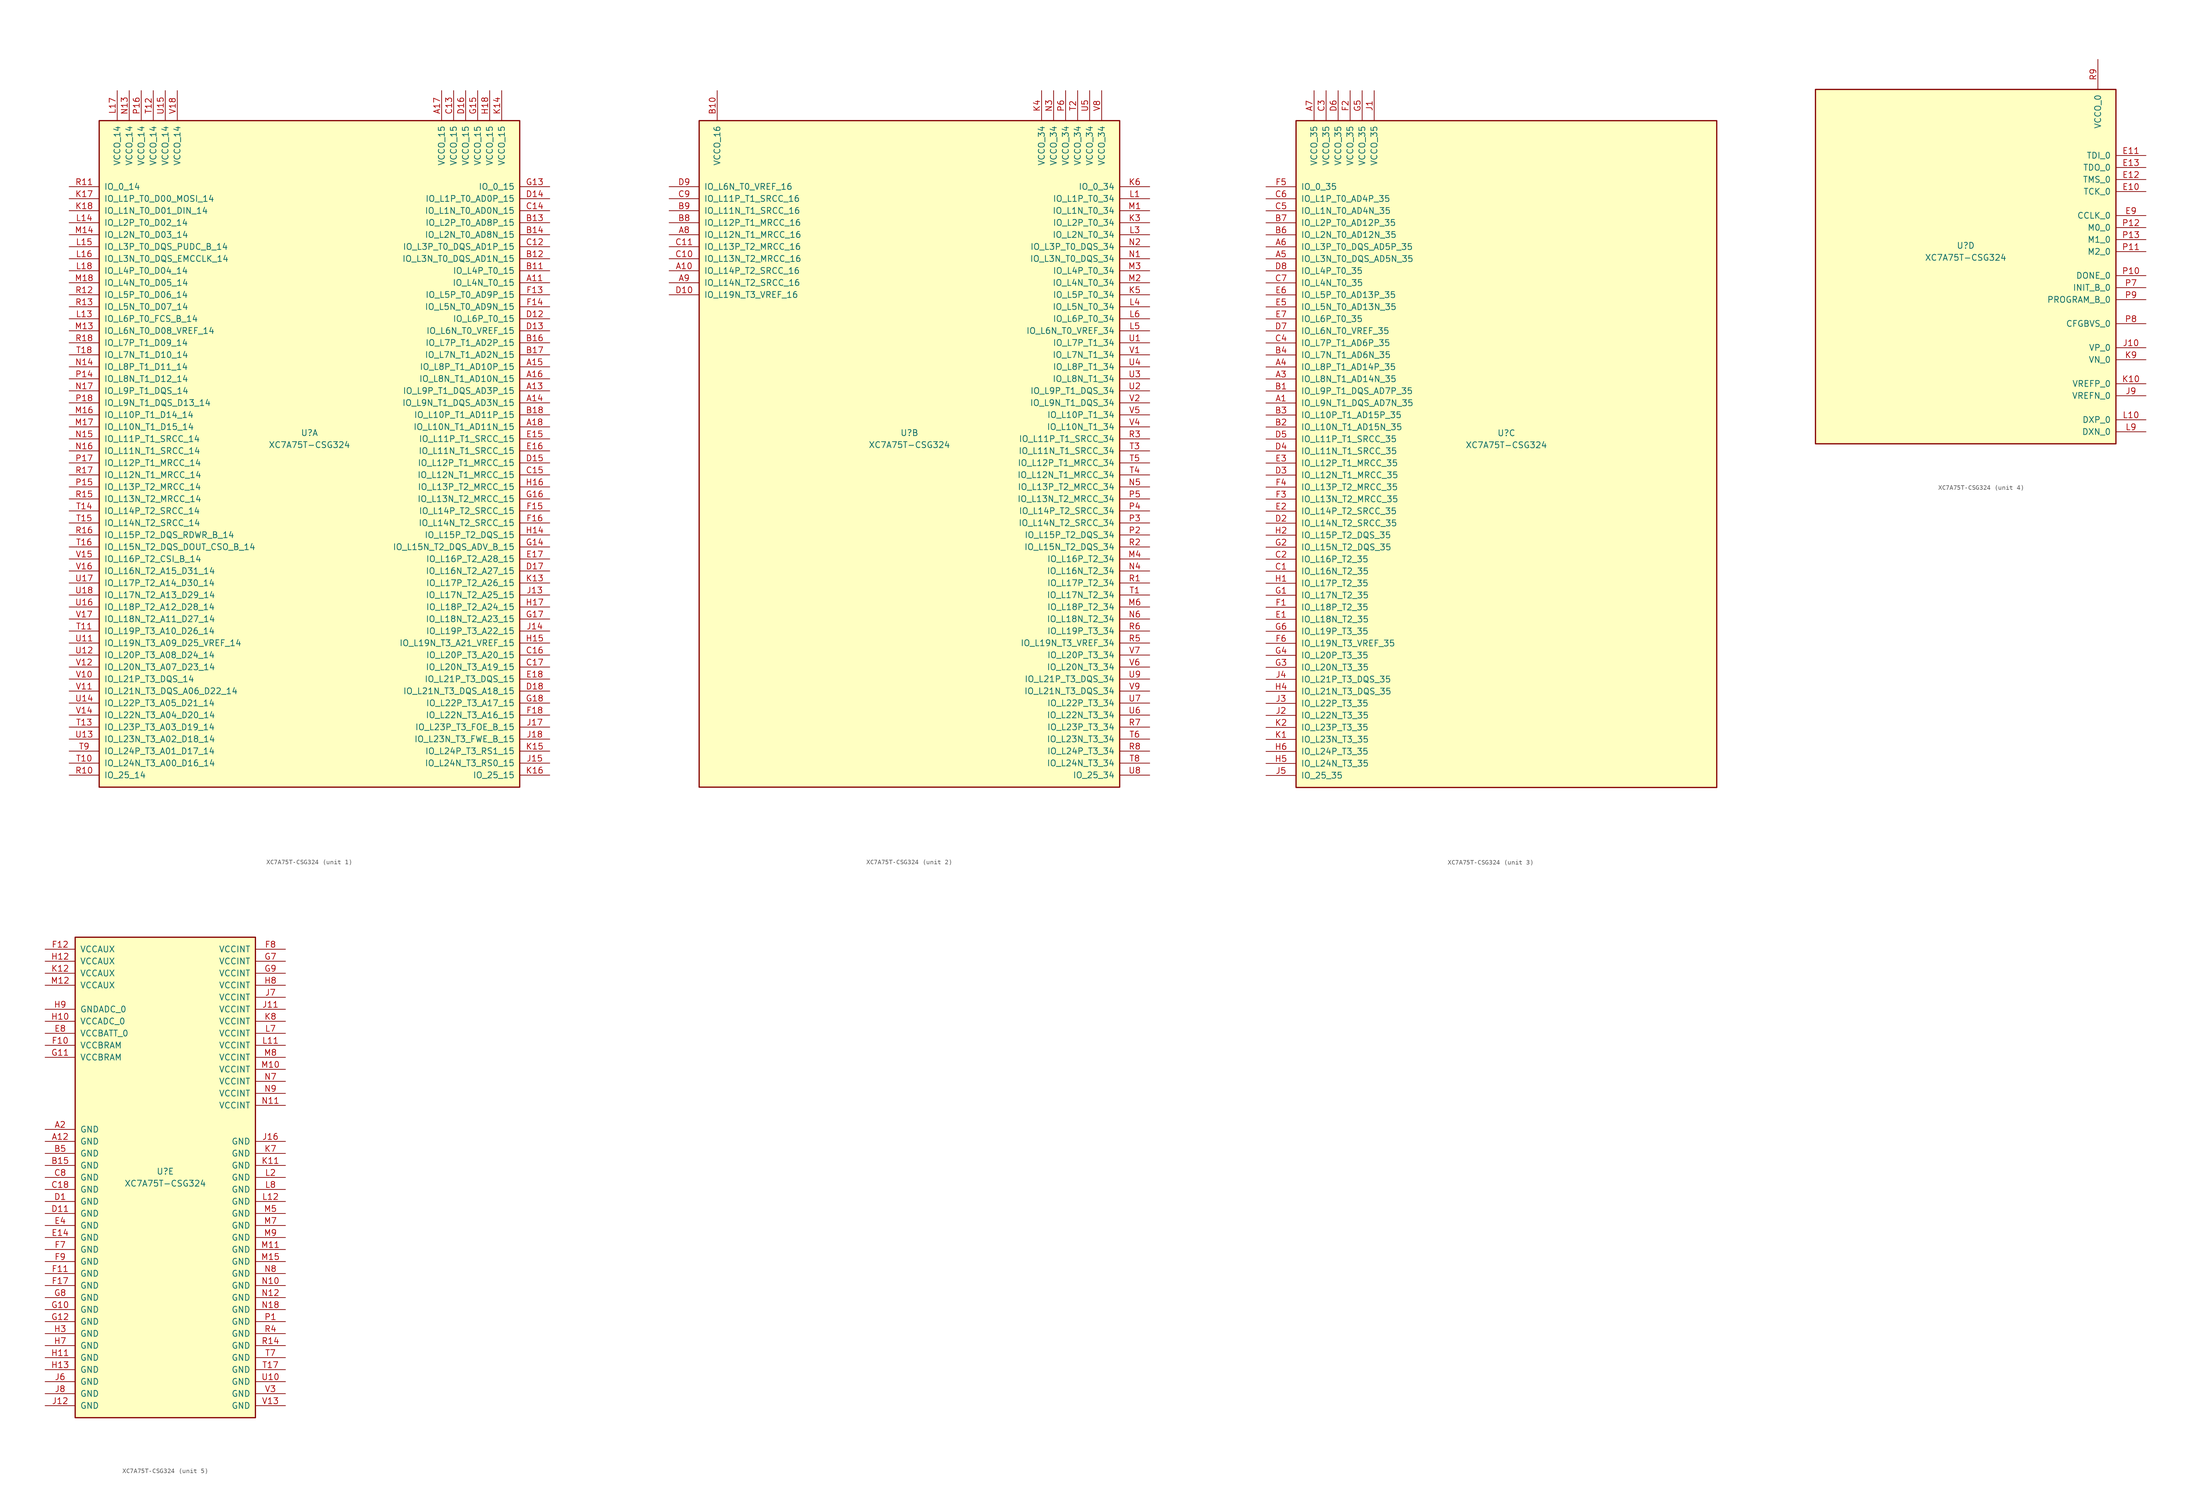
<source format=kicad_sym>
(kicad_symbol_lib
  (version 20201005)
  (generator kicad_symbol_editor)
  (symbol "XC7A75T-CSG324"
    (pin_names
      (offset 1.016))
    (property "Reference" "U"
      (at 0 1.27 0)
      (effects (font (size 1.27 1.27))))
    (property "Value" "XC7A75T-CSG324"
      (at 0 -1.27 0)
      (effects (font (size 1.27 1.27))))
    (property "Datasheet" ""
      (at 0 0 0)
      (effects (font (size 1.27 1.27))))
    (property "ki_locked" ""
      (at 0 0 0)
      (effects (font (size 1.27 1.27))))
    (symbol "XC7A75T-CSG324_1_1"
      (rectangle (start -44.45 67.31) (end 44.45 -73.66) (stroke (width 0.254)) (fill (type background)))
      (pin bidirectional line (at 50.8 33.02 180) (length 6.35) (name "IO_L4N_T0_15" (effects (font (size 1.27 1.27)))) (number "A11" (effects (font (size 1.27 1.27)))))
      (pin bidirectional line (at 50.8 10.16 180) (length 6.35) (name "IO_L9P_T1_DQS_AD3P_15" (effects (font (size 1.27 1.27)))) (number "A13" (effects (font (size 1.27 1.27)))))
      (pin bidirectional line (at 50.8 7.62 180) (length 6.35) (name "IO_L9N_T1_DQS_AD3N_15" (effects (font (size 1.27 1.27)))) (number "A14" (effects (font (size 1.27 1.27)))))
      (pin bidirectional line (at 50.8 15.24 180) (length 6.35) (name "IO_L8P_T1_AD10P_15" (effects (font (size 1.27 1.27)))) (number "A15" (effects (font (size 1.27 1.27)))))
      (pin bidirectional line (at 50.8 12.7 180) (length 6.35) (name "IO_L8N_T1_AD10N_15" (effects (font (size 1.27 1.27)))) (number "A16" (effects (font (size 1.27 1.27)))))
      (pin power_in line (at 27.94 73.66 270) (length 6.35) (name "VCCO_15" (effects (font (size 1.27 1.27)))) (number "A17" (effects (font (size 1.27 1.27)))))
      (pin bidirectional line (at 50.8 2.54 180) (length 6.35) (name "IO_L10N_T1_AD11N_15" (effects (font (size 1.27 1.27)))) (number "A18" (effects (font (size 1.27 1.27)))))
      (pin bidirectional line (at 50.8 35.56 180) (length 6.35) (name "IO_L4P_T0_15" (effects (font (size 1.27 1.27)))) (number "B11" (effects (font (size 1.27 1.27)))))
      (pin bidirectional line (at 50.8 38.1 180) (length 6.35) (name "IO_L3N_T0_DQS_AD1N_15" (effects (font (size 1.27 1.27)))) (number "B12" (effects (font (size 1.27 1.27)))))
      (pin bidirectional line (at 50.8 45.72 180) (length 6.35) (name "IO_L2P_T0_AD8P_15" (effects (font (size 1.27 1.27)))) (number "B13" (effects (font (size 1.27 1.27)))))
      (pin bidirectional line (at 50.8 43.18 180) (length 6.35) (name "IO_L2N_T0_AD8N_15" (effects (font (size 1.27 1.27)))) (number "B14" (effects (font (size 1.27 1.27)))))
      (pin bidirectional line (at 50.8 20.32 180) (length 6.35) (name "IO_L7P_T1_AD2P_15" (effects (font (size 1.27 1.27)))) (number "B16" (effects (font (size 1.27 1.27)))))
      (pin bidirectional line (at 50.8 17.78 180) (length 6.35) (name "IO_L7N_T1_AD2N_15" (effects (font (size 1.27 1.27)))) (number "B17" (effects (font (size 1.27 1.27)))))
      (pin bidirectional line (at 50.8 5.08 180) (length 6.35) (name "IO_L10P_T1_AD11P_15" (effects (font (size 1.27 1.27)))) (number "B18" (effects (font (size 1.27 1.27)))))
      (pin bidirectional line (at 50.8 40.64 180) (length 6.35) (name "IO_L3P_T0_DQS_AD1P_15" (effects (font (size 1.27 1.27)))) (number "C12" (effects (font (size 1.27 1.27)))))
      (pin power_in line (at 30.48 73.66 270) (length 6.35) (name "VCCO_15" (effects (font (size 1.27 1.27)))) (number "C13" (effects (font (size 1.27 1.27)))))
      (pin bidirectional line (at 50.8 48.26 180) (length 6.35) (name "IO_L1N_T0_AD0N_15" (effects (font (size 1.27 1.27)))) (number "C14" (effects (font (size 1.27 1.27)))))
      (pin bidirectional line (at 50.8 -7.62 180) (length 6.35) (name "IO_L12N_T1_MRCC_15" (effects (font (size 1.27 1.27)))) (number "C15" (effects (font (size 1.27 1.27)))))
      (pin bidirectional line (at 50.8 -45.72 180) (length 6.35) (name "IO_L20P_T3_A20_15" (effects (font (size 1.27 1.27)))) (number "C16" (effects (font (size 1.27 1.27)))))
      (pin bidirectional line (at 50.8 -48.26 180) (length 6.35) (name "IO_L20N_T3_A19_15" (effects (font (size 1.27 1.27)))) (number "C17" (effects (font (size 1.27 1.27)))))
      (pin bidirectional line (at 50.8 25.4 180) (length 6.35) (name "IO_L6P_T0_15" (effects (font (size 1.27 1.27)))) (number "D12" (effects (font (size 1.27 1.27)))))
      (pin bidirectional line (at 50.8 22.86 180) (length 6.35) (name "IO_L6N_T0_VREF_15" (effects (font (size 1.27 1.27)))) (number "D13" (effects (font (size 1.27 1.27)))))
      (pin bidirectional line (at 50.8 50.8 180) (length 6.35) (name "IO_L1P_T0_AD0P_15" (effects (font (size 1.27 1.27)))) (number "D14" (effects (font (size 1.27 1.27)))))
      (pin bidirectional line (at 50.8 -5.08 180) (length 6.35) (name "IO_L12P_T1_MRCC_15" (effects (font (size 1.27 1.27)))) (number "D15" (effects (font (size 1.27 1.27)))))
      (pin power_in line (at 33.02 73.66 270) (length 6.35) (name "VCCO_15" (effects (font (size 1.27 1.27)))) (number "D16" (effects (font (size 1.27 1.27)))))
      (pin bidirectional line (at 50.8 -27.94 180) (length 6.35) (name "IO_L16N_T2_A27_15" (effects (font (size 1.27 1.27)))) (number "D17" (effects (font (size 1.27 1.27)))))
      (pin bidirectional line (at 50.8 -53.34 180) (length 6.35) (name "IO_L21N_T3_DQS_A18_15" (effects (font (size 1.27 1.27)))) (number "D18" (effects (font (size 1.27 1.27)))))
      (pin bidirectional line (at 50.8 0 180) (length 6.35) (name "IO_L11P_T1_SRCC_15" (effects (font (size 1.27 1.27)))) (number "E15" (effects (font (size 1.27 1.27)))))
      (pin bidirectional line (at 50.8 -2.54 180) (length 6.35) (name "IO_L11N_T1_SRCC_15" (effects (font (size 1.27 1.27)))) (number "E16" (effects (font (size 1.27 1.27)))))
      (pin bidirectional line (at 50.8 -25.4 180) (length 6.35) (name "IO_L16P_T2_A28_15" (effects (font (size 1.27 1.27)))) (number "E17" (effects (font (size 1.27 1.27)))))
      (pin bidirectional line (at 50.8 -50.8 180) (length 6.35) (name "IO_L21P_T3_DQS_15" (effects (font (size 1.27 1.27)))) (number "E18" (effects (font (size 1.27 1.27)))))
      (pin bidirectional line (at 50.8 30.48 180) (length 6.35) (name "IO_L5P_T0_AD9P_15" (effects (font (size 1.27 1.27)))) (number "F13" (effects (font (size 1.27 1.27)))))
      (pin bidirectional line (at 50.8 27.94 180) (length 6.35) (name "IO_L5N_T0_AD9N_15" (effects (font (size 1.27 1.27)))) (number "F14" (effects (font (size 1.27 1.27)))))
      (pin bidirectional line (at 50.8 -15.24 180) (length 6.35) (name "IO_L14P_T2_SRCC_15" (effects (font (size 1.27 1.27)))) (number "F15" (effects (font (size 1.27 1.27)))))
      (pin bidirectional line (at 50.8 -17.78 180) (length 6.35) (name "IO_L14N_T2_SRCC_15" (effects (font (size 1.27 1.27)))) (number "F16" (effects (font (size 1.27 1.27)))))
      (pin bidirectional line (at 50.8 -58.42 180) (length 6.35) (name "IO_L22N_T3_A16_15" (effects (font (size 1.27 1.27)))) (number "F18" (effects (font (size 1.27 1.27)))))
      (pin bidirectional line (at 50.8 53.34 180) (length 6.35) (name "IO_0_15" (effects (font (size 1.27 1.27)))) (number "G13" (effects (font (size 1.27 1.27)))))
      (pin bidirectional line (at 50.8 -22.86 180) (length 6.35) (name "IO_L15N_T2_DQS_ADV_B_15" (effects (font (size 1.27 1.27)))) (number "G14" (effects (font (size 1.27 1.27)))))
      (pin power_in line (at 35.56 73.66 270) (length 6.35) (name "VCCO_15" (effects (font (size 1.27 1.27)))) (number "G15" (effects (font (size 1.27 1.27)))))
      (pin bidirectional line (at 50.8 -12.7 180) (length 6.35) (name "IO_L13N_T2_MRCC_15" (effects (font (size 1.27 1.27)))) (number "G16" (effects (font (size 1.27 1.27)))))
      (pin bidirectional line (at 50.8 -38.1 180) (length 6.35) (name "IO_L18N_T2_A23_15" (effects (font (size 1.27 1.27)))) (number "G17" (effects (font (size 1.27 1.27)))))
      (pin bidirectional line (at 50.8 -55.88 180) (length 6.35) (name "IO_L22P_T3_A17_15" (effects (font (size 1.27 1.27)))) (number "G18" (effects (font (size 1.27 1.27)))))
      (pin bidirectional line (at 50.8 -20.32 180) (length 6.35) (name "IO_L15P_T2_DQS_15" (effects (font (size 1.27 1.27)))) (number "H14" (effects (font (size 1.27 1.27)))))
      (pin bidirectional line (at 50.8 -43.18 180) (length 6.35) (name "IO_L19N_T3_A21_VREF_15" (effects (font (size 1.27 1.27)))) (number "H15" (effects (font (size 1.27 1.27)))))
      (pin bidirectional line (at 50.8 -10.16 180) (length 6.35) (name "IO_L13P_T2_MRCC_15" (effects (font (size 1.27 1.27)))) (number "H16" (effects (font (size 1.27 1.27)))))
      (pin bidirectional line (at 50.8 -35.56 180) (length 6.35) (name "IO_L18P_T2_A24_15" (effects (font (size 1.27 1.27)))) (number "H17" (effects (font (size 1.27 1.27)))))
      (pin power_in line (at 38.1 73.66 270) (length 6.35) (name "VCCO_15" (effects (font (size 1.27 1.27)))) (number "H18" (effects (font (size 1.27 1.27)))))
      (pin bidirectional line (at 50.8 -33.02 180) (length 6.35) (name "IO_L17N_T2_A25_15" (effects (font (size 1.27 1.27)))) (number "J13" (effects (font (size 1.27 1.27)))))
      (pin bidirectional line (at 50.8 -40.64 180) (length 6.35) (name "IO_L19P_T3_A22_15" (effects (font (size 1.27 1.27)))) (number "J14" (effects (font (size 1.27 1.27)))))
      (pin bidirectional line (at 50.8 -68.58 180) (length 6.35) (name "IO_L24N_T3_RS0_15" (effects (font (size 1.27 1.27)))) (number "J15" (effects (font (size 1.27 1.27)))))
      (pin bidirectional line (at 50.8 -60.96 180) (length 6.35) (name "IO_L23P_T3_FOE_B_15" (effects (font (size 1.27 1.27)))) (number "J17" (effects (font (size 1.27 1.27)))))
      (pin bidirectional line (at 50.8 -63.5 180) (length 6.35) (name "IO_L23N_T3_FWE_B_15" (effects (font (size 1.27 1.27)))) (number "J18" (effects (font (size 1.27 1.27)))))
      (pin bidirectional line (at 50.8 -30.48 180) (length 6.35) (name "IO_L17P_T2_A26_15" (effects (font (size 1.27 1.27)))) (number "K13" (effects (font (size 1.27 1.27)))))
      (pin power_in line (at 40.64 73.66 270) (length 6.35) (name "VCCO_15" (effects (font (size 1.27 1.27)))) (number "K14" (effects (font (size 1.27 1.27)))))
      (pin bidirectional line (at 50.8 -66.04 180) (length 6.35) (name "IO_L24P_T3_RS1_15" (effects (font (size 1.27 1.27)))) (number "K15" (effects (font (size 1.27 1.27)))))
      (pin bidirectional line (at 50.8 -71.12 180) (length 6.35) (name "IO_25_15" (effects (font (size 1.27 1.27)))) (number "K16" (effects (font (size 1.27 1.27)))))
      (pin bidirectional line (at -50.8 50.8 0) (length 6.35) (name "IO_L1P_T0_D00_MOSI_14" (effects (font (size 1.27 1.27)))) (number "K17" (effects (font (size 1.27 1.27)))))
      (pin bidirectional line (at -50.8 48.26 0) (length 6.35) (name "IO_L1N_T0_D01_DIN_14" (effects (font (size 1.27 1.27)))) (number "K18" (effects (font (size 1.27 1.27)))))
      (pin bidirectional line (at -50.8 25.4 0) (length 6.35) (name "IO_L6P_T0_FCS_B_14" (effects (font (size 1.27 1.27)))) (number "L13" (effects (font (size 1.27 1.27)))))
      (pin bidirectional line (at -50.8 45.72 0) (length 6.35) (name "IO_L2P_T0_D02_14" (effects (font (size 1.27 1.27)))) (number "L14" (effects (font (size 1.27 1.27)))))
      (pin bidirectional line (at -50.8 40.64 0) (length 6.35) (name "IO_L3P_T0_DQS_PUDC_B_14" (effects (font (size 1.27 1.27)))) (number "L15" (effects (font (size 1.27 1.27)))))
      (pin bidirectional line (at -50.8 38.1 0) (length 6.35) (name "IO_L3N_T0_DQS_EMCCLK_14" (effects (font (size 1.27 1.27)))) (number "L16" (effects (font (size 1.27 1.27)))))
      (pin power_in line (at -40.64 73.66 270) (length 6.35) (name "VCCO_14" (effects (font (size 1.27 1.27)))) (number "L17" (effects (font (size 1.27 1.27)))))
      (pin bidirectional line (at -50.8 35.56 0) (length 6.35) (name "IO_L4P_T0_D04_14" (effects (font (size 1.27 1.27)))) (number "L18" (effects (font (size 1.27 1.27)))))
      (pin bidirectional line (at -50.8 22.86 0) (length 6.35) (name "IO_L6N_T0_D08_VREF_14" (effects (font (size 1.27 1.27)))) (number "M13" (effects (font (size 1.27 1.27)))))
      (pin bidirectional line (at -50.8 43.18 0) (length 6.35) (name "IO_L2N_T0_D03_14" (effects (font (size 1.27 1.27)))) (number "M14" (effects (font (size 1.27 1.27)))))
      (pin bidirectional line (at -50.8 5.08 0) (length 6.35) (name "IO_L10P_T1_D14_14" (effects (font (size 1.27 1.27)))) (number "M16" (effects (font (size 1.27 1.27)))))
      (pin bidirectional line (at -50.8 2.54 0) (length 6.35) (name "IO_L10N_T1_D15_14" (effects (font (size 1.27 1.27)))) (number "M17" (effects (font (size 1.27 1.27)))))
      (pin bidirectional line (at -50.8 33.02 0) (length 6.35) (name "IO_L4N_T0_D05_14" (effects (font (size 1.27 1.27)))) (number "M18" (effects (font (size 1.27 1.27)))))
      (pin power_in line (at -38.1 73.66 270) (length 6.35) (name "VCCO_14" (effects (font (size 1.27 1.27)))) (number "N13" (effects (font (size 1.27 1.27)))))
      (pin bidirectional line (at -50.8 15.24 0) (length 6.35) (name "IO_L8P_T1_D11_14" (effects (font (size 1.27 1.27)))) (number "N14" (effects (font (size 1.27 1.27)))))
      (pin bidirectional line (at -50.8 0 0) (length 6.35) (name "IO_L11P_T1_SRCC_14" (effects (font (size 1.27 1.27)))) (number "N15" (effects (font (size 1.27 1.27)))))
      (pin bidirectional line (at -50.8 -2.54 0) (length 6.35) (name "IO_L11N_T1_SRCC_14" (effects (font (size 1.27 1.27)))) (number "N16" (effects (font (size 1.27 1.27)))))
      (pin bidirectional line (at -50.8 10.16 0) (length 6.35) (name "IO_L9P_T1_DQS_14" (effects (font (size 1.27 1.27)))) (number "N17" (effects (font (size 1.27 1.27)))))
      (pin bidirectional line (at -50.8 12.7 0) (length 6.35) (name "IO_L8N_T1_D12_14" (effects (font (size 1.27 1.27)))) (number "P14" (effects (font (size 1.27 1.27)))))
      (pin bidirectional line (at -50.8 -10.16 0) (length 6.35) (name "IO_L13P_T2_MRCC_14" (effects (font (size 1.27 1.27)))) (number "P15" (effects (font (size 1.27 1.27)))))
      (pin power_in line (at -35.56 73.66 270) (length 6.35) (name "VCCO_14" (effects (font (size 1.27 1.27)))) (number "P16" (effects (font (size 1.27 1.27)))))
      (pin bidirectional line (at -50.8 -5.08 0) (length 6.35) (name "IO_L12P_T1_MRCC_14" (effects (font (size 1.27 1.27)))) (number "P17" (effects (font (size 1.27 1.27)))))
      (pin bidirectional line (at -50.8 7.62 0) (length 6.35) (name "IO_L9N_T1_DQS_D13_14" (effects (font (size 1.27 1.27)))) (number "P18" (effects (font (size 1.27 1.27)))))
      (pin bidirectional line (at -50.8 -71.12 0) (length 6.35) (name "IO_25_14" (effects (font (size 1.27 1.27)))) (number "R10" (effects (font (size 1.27 1.27)))))
      (pin bidirectional line (at -50.8 53.34 0) (length 6.35) (name "IO_0_14" (effects (font (size 1.27 1.27)))) (number "R11" (effects (font (size 1.27 1.27)))))
      (pin bidirectional line (at -50.8 30.48 0) (length 6.35) (name "IO_L5P_T0_D06_14" (effects (font (size 1.27 1.27)))) (number "R12" (effects (font (size 1.27 1.27)))))
      (pin bidirectional line (at -50.8 27.94 0) (length 6.35) (name "IO_L5N_T0_D07_14" (effects (font (size 1.27 1.27)))) (number "R13" (effects (font (size 1.27 1.27)))))
      (pin bidirectional line (at -50.8 -12.7 0) (length 6.35) (name "IO_L13N_T2_MRCC_14" (effects (font (size 1.27 1.27)))) (number "R15" (effects (font (size 1.27 1.27)))))
      (pin bidirectional line (at -50.8 -20.32 0) (length 6.35) (name "IO_L15P_T2_DQS_RDWR_B_14" (effects (font (size 1.27 1.27)))) (number "R16" (effects (font (size 1.27 1.27)))))
      (pin bidirectional line (at -50.8 -7.62 0) (length 6.35) (name "IO_L12N_T1_MRCC_14" (effects (font (size 1.27 1.27)))) (number "R17" (effects (font (size 1.27 1.27)))))
      (pin bidirectional line (at -50.8 20.32 0) (length 6.35) (name "IO_L7P_T1_D09_14" (effects (font (size 1.27 1.27)))) (number "R18" (effects (font (size 1.27 1.27)))))
      (pin bidirectional line (at -50.8 -68.58 0) (length 6.35) (name "IO_L24N_T3_A00_D16_14" (effects (font (size 1.27 1.27)))) (number "T10" (effects (font (size 1.27 1.27)))))
      (pin bidirectional line (at -50.8 -40.64 0) (length 6.35) (name "IO_L19P_T3_A10_D26_14" (effects (font (size 1.27 1.27)))) (number "T11" (effects (font (size 1.27 1.27)))))
      (pin power_in line (at -33.02 73.66 270) (length 6.35) (name "VCCO_14" (effects (font (size 1.27 1.27)))) (number "T12" (effects (font (size 1.27 1.27)))))
      (pin bidirectional line (at -50.8 -60.96 0) (length 6.35) (name "IO_L23P_T3_A03_D19_14" (effects (font (size 1.27 1.27)))) (number "T13" (effects (font (size 1.27 1.27)))))
      (pin bidirectional line (at -50.8 -15.24 0) (length 6.35) (name "IO_L14P_T2_SRCC_14" (effects (font (size 1.27 1.27)))) (number "T14" (effects (font (size 1.27 1.27)))))
      (pin bidirectional line (at -50.8 -17.78 0) (length 6.35) (name "IO_L14N_T2_SRCC_14" (effects (font (size 1.27 1.27)))) (number "T15" (effects (font (size 1.27 1.27)))))
      (pin bidirectional line (at -50.8 -22.86 0) (length 6.35) (name "IO_L15N_T2_DQS_DOUT_CSO_B_14" (effects (font (size 1.27 1.27)))) (number "T16" (effects (font (size 1.27 1.27)))))
      (pin bidirectional line (at -50.8 17.78 0) (length 6.35) (name "IO_L7N_T1_D10_14" (effects (font (size 1.27 1.27)))) (number "T18" (effects (font (size 1.27 1.27)))))
      (pin bidirectional line (at -50.8 -66.04 0) (length 6.35) (name "IO_L24P_T3_A01_D17_14" (effects (font (size 1.27 1.27)))) (number "T9" (effects (font (size 1.27 1.27)))))
      (pin bidirectional line (at -50.8 -43.18 0) (length 6.35) (name "IO_L19N_T3_A09_D25_VREF_14" (effects (font (size 1.27 1.27)))) (number "U11" (effects (font (size 1.27 1.27)))))
      (pin bidirectional line (at -50.8 -45.72 0) (length 6.35) (name "IO_L20P_T3_A08_D24_14" (effects (font (size 1.27 1.27)))) (number "U12" (effects (font (size 1.27 1.27)))))
      (pin bidirectional line (at -50.8 -63.5 0) (length 6.35) (name "IO_L23N_T3_A02_D18_14" (effects (font (size 1.27 1.27)))) (number "U13" (effects (font (size 1.27 1.27)))))
      (pin bidirectional line (at -50.8 -55.88 0) (length 6.35) (name "IO_L22P_T3_A05_D21_14" (effects (font (size 1.27 1.27)))) (number "U14" (effects (font (size 1.27 1.27)))))
      (pin power_in line (at -30.48 73.66 270) (length 6.35) (name "VCCO_14" (effects (font (size 1.27 1.27)))) (number "U15" (effects (font (size 1.27 1.27)))))
      (pin bidirectional line (at -50.8 -35.56 0) (length 6.35) (name "IO_L18P_T2_A12_D28_14" (effects (font (size 1.27 1.27)))) (number "U16" (effects (font (size 1.27 1.27)))))
      (pin bidirectional line (at -50.8 -30.48 0) (length 6.35) (name "IO_L17P_T2_A14_D30_14" (effects (font (size 1.27 1.27)))) (number "U17" (effects (font (size 1.27 1.27)))))
      (pin bidirectional line (at -50.8 -33.02 0) (length 6.35) (name "IO_L17N_T2_A13_D29_14" (effects (font (size 1.27 1.27)))) (number "U18" (effects (font (size 1.27 1.27)))))
      (pin bidirectional line (at -50.8 -50.8 0) (length 6.35) (name "IO_L21P_T3_DQS_14" (effects (font (size 1.27 1.27)))) (number "V10" (effects (font (size 1.27 1.27)))))
      (pin bidirectional line (at -50.8 -53.34 0) (length 6.35) (name "IO_L21N_T3_DQS_A06_D22_14" (effects (font (size 1.27 1.27)))) (number "V11" (effects (font (size 1.27 1.27)))))
      (pin bidirectional line (at -50.8 -48.26 0) (length 6.35) (name "IO_L20N_T3_A07_D23_14" (effects (font (size 1.27 1.27)))) (number "V12" (effects (font (size 1.27 1.27)))))
      (pin bidirectional line (at -50.8 -58.42 0) (length 6.35) (name "IO_L22N_T3_A04_D20_14" (effects (font (size 1.27 1.27)))) (number "V14" (effects (font (size 1.27 1.27)))))
      (pin bidirectional line (at -50.8 -25.4 0) (length 6.35) (name "IO_L16P_T2_CSI_B_14" (effects (font (size 1.27 1.27)))) (number "V15" (effects (font (size 1.27 1.27)))))
      (pin bidirectional line (at -50.8 -27.94 0) (length 6.35) (name "IO_L16N_T2_A15_D31_14" (effects (font (size 1.27 1.27)))) (number "V16" (effects (font (size 1.27 1.27)))))
      (pin bidirectional line (at -50.8 -38.1 0) (length 6.35) (name "IO_L18N_T2_A11_D27_14" (effects (font (size 1.27 1.27)))) (number "V17" (effects (font (size 1.27 1.27)))))
      (pin power_in line (at -27.94 73.66 270) (length 6.35) (name "VCCO_14" (effects (font (size 1.27 1.27)))) (number "V18" (effects (font (size 1.27 1.27))))))
    (symbol "XC7A75T-CSG324_2_1"
      (rectangle (start -44.45 67.31) (end 44.45 -73.66) (stroke (width 0.254)) (fill (type background)))
      (pin bidirectional line (at -50.8 35.56 0) (length 6.35) (name "IO_L14P_T2_SRCC_16" (effects (font (size 1.27 1.27)))) (number "A10" (effects (font (size 1.27 1.27)))))
      (pin bidirectional line (at -50.8 43.18 0) (length 6.35) (name "IO_L12N_T1_MRCC_16" (effects (font (size 1.27 1.27)))) (number "A8" (effects (font (size 1.27 1.27)))))
      (pin bidirectional line (at -50.8 33.02 0) (length 6.35) (name "IO_L14N_T2_SRCC_16" (effects (font (size 1.27 1.27)))) (number "A9" (effects (font (size 1.27 1.27)))))
      (pin power_in line (at -40.64 73.66 270) (length 6.35) (name "VCCO_16" (effects (font (size 1.27 1.27)))) (number "B10" (effects (font (size 1.27 1.27)))))
      (pin bidirectional line (at -50.8 45.72 0) (length 6.35) (name "IO_L12P_T1_MRCC_16" (effects (font (size 1.27 1.27)))) (number "B8" (effects (font (size 1.27 1.27)))))
      (pin bidirectional line (at -50.8 48.26 0) (length 6.35) (name "IO_L11N_T1_SRCC_16" (effects (font (size 1.27 1.27)))) (number "B9" (effects (font (size 1.27 1.27)))))
      (pin bidirectional line (at -50.8 38.1 0) (length 6.35) (name "IO_L13N_T2_MRCC_16" (effects (font (size 1.27 1.27)))) (number "C10" (effects (font (size 1.27 1.27)))))
      (pin bidirectional line (at -50.8 40.64 0) (length 6.35) (name "IO_L13P_T2_MRCC_16" (effects (font (size 1.27 1.27)))) (number "C11" (effects (font (size 1.27 1.27)))))
      (pin bidirectional line (at -50.8 50.8 0) (length 6.35) (name "IO_L11P_T1_SRCC_16" (effects (font (size 1.27 1.27)))) (number "C9" (effects (font (size 1.27 1.27)))))
      (pin bidirectional line (at -50.8 30.48 0) (length 6.35) (name "IO_L19N_T3_VREF_16" (effects (font (size 1.27 1.27)))) (number "D10" (effects (font (size 1.27 1.27)))))
      (pin bidirectional line (at -50.8 53.34 0) (length 6.35) (name "IO_L6N_T0_VREF_16" (effects (font (size 1.27 1.27)))) (number "D9" (effects (font (size 1.27 1.27)))))
      (pin bidirectional line (at 50.8 45.72 180) (length 6.35) (name "IO_L2P_T0_34" (effects (font (size 1.27 1.27)))) (number "K3" (effects (font (size 1.27 1.27)))))
      (pin power_in line (at 27.94 73.66 270) (length 6.35) (name "VCCO_34" (effects (font (size 1.27 1.27)))) (number "K4" (effects (font (size 1.27 1.27)))))
      (pin bidirectional line (at 50.8 30.48 180) (length 6.35) (name "IO_L5P_T0_34" (effects (font (size 1.27 1.27)))) (number "K5" (effects (font (size 1.27 1.27)))))
      (pin bidirectional line (at 50.8 53.34 180) (length 6.35) (name "IO_0_34" (effects (font (size 1.27 1.27)))) (number "K6" (effects (font (size 1.27 1.27)))))
      (pin bidirectional line (at 50.8 50.8 180) (length 6.35) (name "IO_L1P_T0_34" (effects (font (size 1.27 1.27)))) (number "L1" (effects (font (size 1.27 1.27)))))
      (pin bidirectional line (at 50.8 43.18 180) (length 6.35) (name "IO_L2N_T0_34" (effects (font (size 1.27 1.27)))) (number "L3" (effects (font (size 1.27 1.27)))))
      (pin bidirectional line (at 50.8 27.94 180) (length 6.35) (name "IO_L5N_T0_34" (effects (font (size 1.27 1.27)))) (number "L4" (effects (font (size 1.27 1.27)))))
      (pin bidirectional line (at 50.8 22.86 180) (length 6.35) (name "IO_L6N_T0_VREF_34" (effects (font (size 1.27 1.27)))) (number "L5" (effects (font (size 1.27 1.27)))))
      (pin bidirectional line (at 50.8 25.4 180) (length 6.35) (name "IO_L6P_T0_34" (effects (font (size 1.27 1.27)))) (number "L6" (effects (font (size 1.27 1.27)))))
      (pin bidirectional line (at 50.8 48.26 180) (length 6.35) (name "IO_L1N_T0_34" (effects (font (size 1.27 1.27)))) (number "M1" (effects (font (size 1.27 1.27)))))
      (pin bidirectional line (at 50.8 33.02 180) (length 6.35) (name "IO_L4N_T0_34" (effects (font (size 1.27 1.27)))) (number "M2" (effects (font (size 1.27 1.27)))))
      (pin bidirectional line (at 50.8 35.56 180) (length 6.35) (name "IO_L4P_T0_34" (effects (font (size 1.27 1.27)))) (number "M3" (effects (font (size 1.27 1.27)))))
      (pin bidirectional line (at 50.8 -25.4 180) (length 6.35) (name "IO_L16P_T2_34" (effects (font (size 1.27 1.27)))) (number "M4" (effects (font (size 1.27 1.27)))))
      (pin bidirectional line (at 50.8 -35.56 180) (length 6.35) (name "IO_L18P_T2_34" (effects (font (size 1.27 1.27)))) (number "M6" (effects (font (size 1.27 1.27)))))
      (pin bidirectional line (at 50.8 38.1 180) (length 6.35) (name "IO_L3N_T0_DQS_34" (effects (font (size 1.27 1.27)))) (number "N1" (effects (font (size 1.27 1.27)))))
      (pin bidirectional line (at 50.8 40.64 180) (length 6.35) (name "IO_L3P_T0_DQS_34" (effects (font (size 1.27 1.27)))) (number "N2" (effects (font (size 1.27 1.27)))))
      (pin power_in line (at 30.48 73.66 270) (length 6.35) (name "VCCO_34" (effects (font (size 1.27 1.27)))) (number "N3" (effects (font (size 1.27 1.27)))))
      (pin bidirectional line (at 50.8 -27.94 180) (length 6.35) (name "IO_L16N_T2_34" (effects (font (size 1.27 1.27)))) (number "N4" (effects (font (size 1.27 1.27)))))
      (pin bidirectional line (at 50.8 -10.16 180) (length 6.35) (name "IO_L13P_T2_MRCC_34" (effects (font (size 1.27 1.27)))) (number "N5" (effects (font (size 1.27 1.27)))))
      (pin bidirectional line (at 50.8 -38.1 180) (length 6.35) (name "IO_L18N_T2_34" (effects (font (size 1.27 1.27)))) (number "N6" (effects (font (size 1.27 1.27)))))
      (pin bidirectional line (at 50.8 -20.32 180) (length 6.35) (name "IO_L15P_T2_DQS_34" (effects (font (size 1.27 1.27)))) (number "P2" (effects (font (size 1.27 1.27)))))
      (pin bidirectional line (at 50.8 -17.78 180) (length 6.35) (name "IO_L14N_T2_SRCC_34" (effects (font (size 1.27 1.27)))) (number "P3" (effects (font (size 1.27 1.27)))))
      (pin bidirectional line (at 50.8 -15.24 180) (length 6.35) (name "IO_L14P_T2_SRCC_34" (effects (font (size 1.27 1.27)))) (number "P4" (effects (font (size 1.27 1.27)))))
      (pin bidirectional line (at 50.8 -12.7 180) (length 6.35) (name "IO_L13N_T2_MRCC_34" (effects (font (size 1.27 1.27)))) (number "P5" (effects (font (size 1.27 1.27)))))
      (pin power_in line (at 33.02 73.66 270) (length 6.35) (name "VCCO_34" (effects (font (size 1.27 1.27)))) (number "P6" (effects (font (size 1.27 1.27)))))
      (pin bidirectional line (at 50.8 -30.48 180) (length 6.35) (name "IO_L17P_T2_34" (effects (font (size 1.27 1.27)))) (number "R1" (effects (font (size 1.27 1.27)))))
      (pin bidirectional line (at 50.8 -22.86 180) (length 6.35) (name "IO_L15N_T2_DQS_34" (effects (font (size 1.27 1.27)))) (number "R2" (effects (font (size 1.27 1.27)))))
      (pin bidirectional line (at 50.8 0 180) (length 6.35) (name "IO_L11P_T1_SRCC_34" (effects (font (size 1.27 1.27)))) (number "R3" (effects (font (size 1.27 1.27)))))
      (pin bidirectional line (at 50.8 -43.18 180) (length 6.35) (name "IO_L19N_T3_VREF_34" (effects (font (size 1.27 1.27)))) (number "R5" (effects (font (size 1.27 1.27)))))
      (pin bidirectional line (at 50.8 -40.64 180) (length 6.35) (name "IO_L19P_T3_34" (effects (font (size 1.27 1.27)))) (number "R6" (effects (font (size 1.27 1.27)))))
      (pin bidirectional line (at 50.8 -60.96 180) (length 6.35) (name "IO_L23P_T3_34" (effects (font (size 1.27 1.27)))) (number "R7" (effects (font (size 1.27 1.27)))))
      (pin bidirectional line (at 50.8 -66.04 180) (length 6.35) (name "IO_L24P_T3_34" (effects (font (size 1.27 1.27)))) (number "R8" (effects (font (size 1.27 1.27)))))
      (pin bidirectional line (at 50.8 -33.02 180) (length 6.35) (name "IO_L17N_T2_34" (effects (font (size 1.27 1.27)))) (number "T1" (effects (font (size 1.27 1.27)))))
      (pin power_in line (at 35.56 73.66 270) (length 6.35) (name "VCCO_34" (effects (font (size 1.27 1.27)))) (number "T2" (effects (font (size 1.27 1.27)))))
      (pin bidirectional line (at 50.8 -2.54 180) (length 6.35) (name "IO_L11N_T1_SRCC_34" (effects (font (size 1.27 1.27)))) (number "T3" (effects (font (size 1.27 1.27)))))
      (pin bidirectional line (at 50.8 -7.62 180) (length 6.35) (name "IO_L12N_T1_MRCC_34" (effects (font (size 1.27 1.27)))) (number "T4" (effects (font (size 1.27 1.27)))))
      (pin bidirectional line (at 50.8 -5.08 180) (length 6.35) (name "IO_L12P_T1_MRCC_34" (effects (font (size 1.27 1.27)))) (number "T5" (effects (font (size 1.27 1.27)))))
      (pin bidirectional line (at 50.8 -63.5 180) (length 6.35) (name "IO_L23N_T3_34" (effects (font (size 1.27 1.27)))) (number "T6" (effects (font (size 1.27 1.27)))))
      (pin bidirectional line (at 50.8 -68.58 180) (length 6.35) (name "IO_L24N_T3_34" (effects (font (size 1.27 1.27)))) (number "T8" (effects (font (size 1.27 1.27)))))
      (pin bidirectional line (at 50.8 20.32 180) (length 6.35) (name "IO_L7P_T1_34" (effects (font (size 1.27 1.27)))) (number "U1" (effects (font (size 1.27 1.27)))))
      (pin bidirectional line (at 50.8 10.16 180) (length 6.35) (name "IO_L9P_T1_DQS_34" (effects (font (size 1.27 1.27)))) (number "U2" (effects (font (size 1.27 1.27)))))
      (pin bidirectional line (at 50.8 12.7 180) (length 6.35) (name "IO_L8N_T1_34" (effects (font (size 1.27 1.27)))) (number "U3" (effects (font (size 1.27 1.27)))))
      (pin bidirectional line (at 50.8 15.24 180) (length 6.35) (name "IO_L8P_T1_34" (effects (font (size 1.27 1.27)))) (number "U4" (effects (font (size 1.27 1.27)))))
      (pin power_in line (at 38.1 73.66 270) (length 6.35) (name "VCCO_34" (effects (font (size 1.27 1.27)))) (number "U5" (effects (font (size 1.27 1.27)))))
      (pin bidirectional line (at 50.8 -58.42 180) (length 6.35) (name "IO_L22N_T3_34" (effects (font (size 1.27 1.27)))) (number "U6" (effects (font (size 1.27 1.27)))))
      (pin bidirectional line (at 50.8 -55.88 180) (length 6.35) (name "IO_L22P_T3_34" (effects (font (size 1.27 1.27)))) (number "U7" (effects (font (size 1.27 1.27)))))
      (pin bidirectional line (at 50.8 -71.12 180) (length 6.35) (name "IO_25_34" (effects (font (size 1.27 1.27)))) (number "U8" (effects (font (size 1.27 1.27)))))
      (pin bidirectional line (at 50.8 -50.8 180) (length 6.35) (name "IO_L21P_T3_DQS_34" (effects (font (size 1.27 1.27)))) (number "U9" (effects (font (size 1.27 1.27)))))
      (pin bidirectional line (at 50.8 17.78 180) (length 6.35) (name "IO_L7N_T1_34" (effects (font (size 1.27 1.27)))) (number "V1" (effects (font (size 1.27 1.27)))))
      (pin bidirectional line (at 50.8 7.62 180) (length 6.35) (name "IO_L9N_T1_DQS_34" (effects (font (size 1.27 1.27)))) (number "V2" (effects (font (size 1.27 1.27)))))
      (pin bidirectional line (at 50.8 2.54 180) (length 6.35) (name "IO_L10N_T1_34" (effects (font (size 1.27 1.27)))) (number "V4" (effects (font (size 1.27 1.27)))))
      (pin bidirectional line (at 50.8 5.08 180) (length 6.35) (name "IO_L10P_T1_34" (effects (font (size 1.27 1.27)))) (number "V5" (effects (font (size 1.27 1.27)))))
      (pin bidirectional line (at 50.8 -48.26 180) (length 6.35) (name "IO_L20N_T3_34" (effects (font (size 1.27 1.27)))) (number "V6" (effects (font (size 1.27 1.27)))))
      (pin bidirectional line (at 50.8 -45.72 180) (length 6.35) (name "IO_L20P_T3_34" (effects (font (size 1.27 1.27)))) (number "V7" (effects (font (size 1.27 1.27)))))
      (pin power_in line (at 40.64 73.66 270) (length 6.35) (name "VCCO_34" (effects (font (size 1.27 1.27)))) (number "V8" (effects (font (size 1.27 1.27)))))
      (pin bidirectional line (at 50.8 -53.34 180) (length 6.35) (name "IO_L21N_T3_DQS_34" (effects (font (size 1.27 1.27)))) (number "V9" (effects (font (size 1.27 1.27))))))
    (symbol "XC7A75T-CSG324_3_1"
      (rectangle (start -44.45 67.31) (end 44.45 -73.66) (stroke (width 0.254)) (fill (type background)))
      (pin bidirectional line (at -50.8 7.62 0) (length 6.35) (name "IO_L9N_T1_DQS_AD7N_35" (effects (font (size 1.27 1.27)))) (number "A1" (effects (font (size 1.27 1.27)))))
      (pin bidirectional line (at -50.8 12.7 0) (length 6.35) (name "IO_L8N_T1_AD14N_35" (effects (font (size 1.27 1.27)))) (number "A3" (effects (font (size 1.27 1.27)))))
      (pin bidirectional line (at -50.8 15.24 0) (length 6.35) (name "IO_L8P_T1_AD14P_35" (effects (font (size 1.27 1.27)))) (number "A4" (effects (font (size 1.27 1.27)))))
      (pin bidirectional line (at -50.8 38.1 0) (length 6.35) (name "IO_L3N_T0_DQS_AD5N_35" (effects (font (size 1.27 1.27)))) (number "A5" (effects (font (size 1.27 1.27)))))
      (pin bidirectional line (at -50.8 40.64 0) (length 6.35) (name "IO_L3P_T0_DQS_AD5P_35" (effects (font (size 1.27 1.27)))) (number "A6" (effects (font (size 1.27 1.27)))))
      (pin power_in line (at -40.64 73.66 270) (length 6.35) (name "VCCO_35" (effects (font (size 1.27 1.27)))) (number "A7" (effects (font (size 1.27 1.27)))))
      (pin bidirectional line (at -50.8 10.16 0) (length 6.35) (name "IO_L9P_T1_DQS_AD7P_35" (effects (font (size 1.27 1.27)))) (number "B1" (effects (font (size 1.27 1.27)))))
      (pin bidirectional line (at -50.8 2.54 0) (length 6.35) (name "IO_L10N_T1_AD15N_35" (effects (font (size 1.27 1.27)))) (number "B2" (effects (font (size 1.27 1.27)))))
      (pin bidirectional line (at -50.8 5.08 0) (length 6.35) (name "IO_L10P_T1_AD15P_35" (effects (font (size 1.27 1.27)))) (number "B3" (effects (font (size 1.27 1.27)))))
      (pin bidirectional line (at -50.8 17.78 0) (length 6.35) (name "IO_L7N_T1_AD6N_35" (effects (font (size 1.27 1.27)))) (number "B4" (effects (font (size 1.27 1.27)))))
      (pin bidirectional line (at -50.8 43.18 0) (length 6.35) (name "IO_L2N_T0_AD12N_35" (effects (font (size 1.27 1.27)))) (number "B6" (effects (font (size 1.27 1.27)))))
      (pin bidirectional line (at -50.8 45.72 0) (length 6.35) (name "IO_L2P_T0_AD12P_35" (effects (font (size 1.27 1.27)))) (number "B7" (effects (font (size 1.27 1.27)))))
      (pin bidirectional line (at -50.8 -27.94 0) (length 6.35) (name "IO_L16N_T2_35" (effects (font (size 1.27 1.27)))) (number "C1" (effects (font (size 1.27 1.27)))))
      (pin bidirectional line (at -50.8 -25.4 0) (length 6.35) (name "IO_L16P_T2_35" (effects (font (size 1.27 1.27)))) (number "C2" (effects (font (size 1.27 1.27)))))
      (pin power_in line (at -38.1 73.66 270) (length 6.35) (name "VCCO_35" (effects (font (size 1.27 1.27)))) (number "C3" (effects (font (size 1.27 1.27)))))
      (pin bidirectional line (at -50.8 20.32 0) (length 6.35) (name "IO_L7P_T1_AD6P_35" (effects (font (size 1.27 1.27)))) (number "C4" (effects (font (size 1.27 1.27)))))
      (pin bidirectional line (at -50.8 48.26 0) (length 6.35) (name "IO_L1N_T0_AD4N_35" (effects (font (size 1.27 1.27)))) (number "C5" (effects (font (size 1.27 1.27)))))
      (pin bidirectional line (at -50.8 50.8 0) (length 6.35) (name "IO_L1P_T0_AD4P_35" (effects (font (size 1.27 1.27)))) (number "C6" (effects (font (size 1.27 1.27)))))
      (pin bidirectional line (at -50.8 33.02 0) (length 6.35) (name "IO_L4N_T0_35" (effects (font (size 1.27 1.27)))) (number "C7" (effects (font (size 1.27 1.27)))))
      (pin bidirectional line (at -50.8 -17.78 0) (length 6.35) (name "IO_L14N_T2_SRCC_35" (effects (font (size 1.27 1.27)))) (number "D2" (effects (font (size 1.27 1.27)))))
      (pin bidirectional line (at -50.8 -7.62 0) (length 6.35) (name "IO_L12N_T1_MRCC_35" (effects (font (size 1.27 1.27)))) (number "D3" (effects (font (size 1.27 1.27)))))
      (pin bidirectional line (at -50.8 -2.54 0) (length 6.35) (name "IO_L11N_T1_SRCC_35" (effects (font (size 1.27 1.27)))) (number "D4" (effects (font (size 1.27 1.27)))))
      (pin bidirectional line (at -50.8 0 0) (length 6.35) (name "IO_L11P_T1_SRCC_35" (effects (font (size 1.27 1.27)))) (number "D5" (effects (font (size 1.27 1.27)))))
      (pin power_in line (at -35.56 73.66 270) (length 6.35) (name "VCCO_35" (effects (font (size 1.27 1.27)))) (number "D6" (effects (font (size 1.27 1.27)))))
      (pin bidirectional line (at -50.8 22.86 0) (length 6.35) (name "IO_L6N_T0_VREF_35" (effects (font (size 1.27 1.27)))) (number "D7" (effects (font (size 1.27 1.27)))))
      (pin bidirectional line (at -50.8 35.56 0) (length 6.35) (name "IO_L4P_T0_35" (effects (font (size 1.27 1.27)))) (number "D8" (effects (font (size 1.27 1.27)))))
      (pin bidirectional line (at -50.8 -38.1 0) (length 6.35) (name "IO_L18N_T2_35" (effects (font (size 1.27 1.27)))) (number "E1" (effects (font (size 1.27 1.27)))))
      (pin bidirectional line (at -50.8 -15.24 0) (length 6.35) (name "IO_L14P_T2_SRCC_35" (effects (font (size 1.27 1.27)))) (number "E2" (effects (font (size 1.27 1.27)))))
      (pin bidirectional line (at -50.8 -5.08 0) (length 6.35) (name "IO_L12P_T1_MRCC_35" (effects (font (size 1.27 1.27)))) (number "E3" (effects (font (size 1.27 1.27)))))
      (pin bidirectional line (at -50.8 27.94 0) (length 6.35) (name "IO_L5N_T0_AD13N_35" (effects (font (size 1.27 1.27)))) (number "E5" (effects (font (size 1.27 1.27)))))
      (pin bidirectional line (at -50.8 30.48 0) (length 6.35) (name "IO_L5P_T0_AD13P_35" (effects (font (size 1.27 1.27)))) (number "E6" (effects (font (size 1.27 1.27)))))
      (pin bidirectional line (at -50.8 25.4 0) (length 6.35) (name "IO_L6P_T0_35" (effects (font (size 1.27 1.27)))) (number "E7" (effects (font (size 1.27 1.27)))))
      (pin bidirectional line (at -50.8 -35.56 0) (length 6.35) (name "IO_L18P_T2_35" (effects (font (size 1.27 1.27)))) (number "F1" (effects (font (size 1.27 1.27)))))
      (pin power_in line (at -33.02 73.66 270) (length 6.35) (name "VCCO_35" (effects (font (size 1.27 1.27)))) (number "F2" (effects (font (size 1.27 1.27)))))
      (pin bidirectional line (at -50.8 -12.7 0) (length 6.35) (name "IO_L13N_T2_MRCC_35" (effects (font (size 1.27 1.27)))) (number "F3" (effects (font (size 1.27 1.27)))))
      (pin bidirectional line (at -50.8 -10.16 0) (length 6.35) (name "IO_L13P_T2_MRCC_35" (effects (font (size 1.27 1.27)))) (number "F4" (effects (font (size 1.27 1.27)))))
      (pin bidirectional line (at -50.8 53.34 0) (length 6.35) (name "IO_0_35" (effects (font (size 1.27 1.27)))) (number "F5" (effects (font (size 1.27 1.27)))))
      (pin bidirectional line (at -50.8 -43.18 0) (length 6.35) (name "IO_L19N_T3_VREF_35" (effects (font (size 1.27 1.27)))) (number "F6" (effects (font (size 1.27 1.27)))))
      (pin bidirectional line (at -50.8 -33.02 0) (length 6.35) (name "IO_L17N_T2_35" (effects (font (size 1.27 1.27)))) (number "G1" (effects (font (size 1.27 1.27)))))
      (pin bidirectional line (at -50.8 -22.86 0) (length 6.35) (name "IO_L15N_T2_DQS_35" (effects (font (size 1.27 1.27)))) (number "G2" (effects (font (size 1.27 1.27)))))
      (pin bidirectional line (at -50.8 -48.26 0) (length 6.35) (name "IO_L20N_T3_35" (effects (font (size 1.27 1.27)))) (number "G3" (effects (font (size 1.27 1.27)))))
      (pin bidirectional line (at -50.8 -45.72 0) (length 6.35) (name "IO_L20P_T3_35" (effects (font (size 1.27 1.27)))) (number "G4" (effects (font (size 1.27 1.27)))))
      (pin power_in line (at -30.48 73.66 270) (length 6.35) (name "VCCO_35" (effects (font (size 1.27 1.27)))) (number "G5" (effects (font (size 1.27 1.27)))))
      (pin bidirectional line (at -50.8 -40.64 0) (length 6.35) (name "IO_L19P_T3_35" (effects (font (size 1.27 1.27)))) (number "G6" (effects (font (size 1.27 1.27)))))
      (pin bidirectional line (at -50.8 -30.48 0) (length 6.35) (name "IO_L17P_T2_35" (effects (font (size 1.27 1.27)))) (number "H1" (effects (font (size 1.27 1.27)))))
      (pin bidirectional line (at -50.8 -20.32 0) (length 6.35) (name "IO_L15P_T2_DQS_35" (effects (font (size 1.27 1.27)))) (number "H2" (effects (font (size 1.27 1.27)))))
      (pin bidirectional line (at -50.8 -53.34 0) (length 6.35) (name "IO_L21N_T3_DQS_35" (effects (font (size 1.27 1.27)))) (number "H4" (effects (font (size 1.27 1.27)))))
      (pin bidirectional line (at -50.8 -68.58 0) (length 6.35) (name "IO_L24N_T3_35" (effects (font (size 1.27 1.27)))) (number "H5" (effects (font (size 1.27 1.27)))))
      (pin bidirectional line (at -50.8 -66.04 0) (length 6.35) (name "IO_L24P_T3_35" (effects (font (size 1.27 1.27)))) (number "H6" (effects (font (size 1.27 1.27)))))
      (pin power_in line (at -27.94 73.66 270) (length 6.35) (name "VCCO_35" (effects (font (size 1.27 1.27)))) (number "J1" (effects (font (size 1.27 1.27)))))
      (pin bidirectional line (at -50.8 -58.42 0) (length 6.35) (name "IO_L22N_T3_35" (effects (font (size 1.27 1.27)))) (number "J2" (effects (font (size 1.27 1.27)))))
      (pin bidirectional line (at -50.8 -55.88 0) (length 6.35) (name "IO_L22P_T3_35" (effects (font (size 1.27 1.27)))) (number "J3" (effects (font (size 1.27 1.27)))))
      (pin bidirectional line (at -50.8 -50.8 0) (length 6.35) (name "IO_L21P_T3_DQS_35" (effects (font (size 1.27 1.27)))) (number "J4" (effects (font (size 1.27 1.27)))))
      (pin bidirectional line (at -50.8 -71.12 0) (length 6.35) (name "IO_25_35" (effects (font (size 1.27 1.27)))) (number "J5" (effects (font (size 1.27 1.27)))))
      (pin bidirectional line (at -50.8 -63.5 0) (length 6.35) (name "IO_L23N_T3_35" (effects (font (size 1.27 1.27)))) (number "K1" (effects (font (size 1.27 1.27)))))
      (pin bidirectional line (at -50.8 -60.96 0) (length 6.35) (name "IO_L23P_T3_35" (effects (font (size 1.27 1.27)))) (number "K2" (effects (font (size 1.27 1.27))))))
    (symbol "XC7A75T-CSG324_4_1"
      (rectangle (start -31.75 34.29) (end 31.75 -40.64) (stroke (width 0.254)) (fill (type background)))
      (pin bidirectional line (at 38.1 12.7 180) (length 6.35) (name "TCK_0" (effects (font (size 1.27 1.27)))) (number "E10" (effects (font (size 1.27 1.27)))))
      (pin bidirectional line (at 38.1 20.32 180) (length 6.35) (name "TDI_0" (effects (font (size 1.27 1.27)))) (number "E11" (effects (font (size 1.27 1.27)))))
      (pin bidirectional line (at 38.1 15.24 180) (length 6.35) (name "TMS_0" (effects (font (size 1.27 1.27)))) (number "E12" (effects (font (size 1.27 1.27)))))
      (pin bidirectional line (at 38.1 17.78 180) (length 6.35) (name "TDO_0" (effects (font (size 1.27 1.27)))) (number "E13" (effects (font (size 1.27 1.27)))))
      (pin bidirectional line (at 38.1 7.62 180) (length 6.35) (name "CCLK_0" (effects (font (size 1.27 1.27)))) (number "E9" (effects (font (size 1.27 1.27)))))
      (pin bidirectional line (at 38.1 -20.32 180) (length 6.35) (name "VP_0" (effects (font (size 1.27 1.27)))) (number "J10" (effects (font (size 1.27 1.27)))))
      (pin bidirectional line (at 38.1 -30.48 180) (length 6.35) (name "VREFN_0" (effects (font (size 1.27 1.27)))) (number "J9" (effects (font (size 1.27 1.27)))))
      (pin bidirectional line (at 38.1 -27.94 180) (length 6.35) (name "VREFP_0" (effects (font (size 1.27 1.27)))) (number "K10" (effects (font (size 1.27 1.27)))))
      (pin bidirectional line (at 38.1 -22.86 180) (length 6.35) (name "VN_0" (effects (font (size 1.27 1.27)))) (number "K9" (effects (font (size 1.27 1.27)))))
      (pin bidirectional line (at 38.1 -35.56 180) (length 6.35) (name "DXP_0" (effects (font (size 1.27 1.27)))) (number "L10" (effects (font (size 1.27 1.27)))))
      (pin bidirectional line (at 38.1 -38.1 180) (length 6.35) (name "DXN_0" (effects (font (size 1.27 1.27)))) (number "L9" (effects (font (size 1.27 1.27)))))
      (pin bidirectional line (at 38.1 -5.08 180) (length 6.35) (name "DONE_0" (effects (font (size 1.27 1.27)))) (number "P10" (effects (font (size 1.27 1.27)))))
      (pin bidirectional line (at 38.1 0 180) (length 6.35) (name "M2_0" (effects (font (size 1.27 1.27)))) (number "P11" (effects (font (size 1.27 1.27)))))
      (pin bidirectional line (at 38.1 5.08 180) (length 6.35) (name "M0_0" (effects (font (size 1.27 1.27)))) (number "P12" (effects (font (size 1.27 1.27)))))
      (pin bidirectional line (at 38.1 2.54 180) (length 6.35) (name "M1_0" (effects (font (size 1.27 1.27)))) (number "P13" (effects (font (size 1.27 1.27)))))
      (pin bidirectional line (at 38.1 -7.62 180) (length 6.35) (name "INIT_B_0" (effects (font (size 1.27 1.27)))) (number "P7" (effects (font (size 1.27 1.27)))))
      (pin bidirectional line (at 38.1 -15.24 180) (length 6.35) (name "CFGBVS_0" (effects (font (size 1.27 1.27)))) (number "P8" (effects (font (size 1.27 1.27)))))
      (pin bidirectional line (at 38.1 -10.16 180) (length 6.35) (name "PROGRAM_B_0" (effects (font (size 1.27 1.27)))) (number "P9" (effects (font (size 1.27 1.27)))))
      (pin power_in line (at 27.94 40.64 270) (length 6.35) (name "VCCO_0" (effects (font (size 1.27 1.27)))) (number "R9" (effects (font (size 1.27 1.27))))))
    (symbol "XC7A75T-CSG324_5_1"
      (rectangle (start -19.05 50.8) (end 19.05 -50.8) (stroke (width 0.254)) (fill (type background)))
      (pin power_in line (at -25.4 7.62 0) (length 6.35) (name "GND" (effects (font (size 1.27 1.27)))) (number "A12" (effects (font (size 1.27 1.27)))))
      (pin power_in line (at -25.4 10.16 0) (length 6.35) (name "GND" (effects (font (size 1.27 1.27)))) (number "A2" (effects (font (size 1.27 1.27)))))
      (pin power_in line (at -25.4 2.54 0) (length 6.35) (name "GND" (effects (font (size 1.27 1.27)))) (number "B15" (effects (font (size 1.27 1.27)))))
      (pin power_in line (at -25.4 5.08 0) (length 6.35) (name "GND" (effects (font (size 1.27 1.27)))) (number "B5" (effects (font (size 1.27 1.27)))))
      (pin power_in line (at -25.4 -2.54 0) (length 6.35) (name "GND" (effects (font (size 1.27 1.27)))) (number "C18" (effects (font (size 1.27 1.27)))))
      (pin power_in line (at -25.4 0 0) (length 6.35) (name "GND" (effects (font (size 1.27 1.27)))) (number "C8" (effects (font (size 1.27 1.27)))))
      (pin power_in line (at -25.4 -5.08 0) (length 6.35) (name "GND" (effects (font (size 1.27 1.27)))) (number "D1" (effects (font (size 1.27 1.27)))))
      (pin power_in line (at -25.4 -7.62 0) (length 6.35) (name "GND" (effects (font (size 1.27 1.27)))) (number "D11" (effects (font (size 1.27 1.27)))))
      (pin power_in line (at -25.4 -12.7 0) (length 6.35) (name "GND" (effects (font (size 1.27 1.27)))) (number "E14" (effects (font (size 1.27 1.27)))))
      (pin power_in line (at -25.4 -10.16 0) (length 6.35) (name "GND" (effects (font (size 1.27 1.27)))) (number "E4" (effects (font (size 1.27 1.27)))))
      (pin power_in line (at -25.4 30.48 0) (length 6.35) (name "VCCBATT_0" (effects (font (size 1.27 1.27)))) (number "E8" (effects (font (size 1.27 1.27)))))
      (pin power_in line (at -25.4 27.94 0) (length 6.35) (name "VCCBRAM" (effects (font (size 1.27 1.27)))) (number "F10" (effects (font (size 1.27 1.27)))))
      (pin power_in line (at -25.4 -20.32 0) (length 6.35) (name "GND" (effects (font (size 1.27 1.27)))) (number "F11" (effects (font (size 1.27 1.27)))))
      (pin power_in line (at -25.4 48.26 0) (length 6.35) (name "VCCAUX" (effects (font (size 1.27 1.27)))) (number "F12" (effects (font (size 1.27 1.27)))))
      (pin power_in line (at -25.4 -22.86 0) (length 6.35) (name "GND" (effects (font (size 1.27 1.27)))) (number "F17" (effects (font (size 1.27 1.27)))))
      (pin power_in line (at -25.4 -15.24 0) (length 6.35) (name "GND" (effects (font (size 1.27 1.27)))) (number "F7" (effects (font (size 1.27 1.27)))))
      (pin power_in line (at 25.4 48.26 180) (length 6.35) (name "VCCINT" (effects (font (size 1.27 1.27)))) (number "F8" (effects (font (size 1.27 1.27)))))
      (pin power_in line (at -25.4 -17.78 0) (length 6.35) (name "GND" (effects (font (size 1.27 1.27)))) (number "F9" (effects (font (size 1.27 1.27)))))
      (pin power_in line (at -25.4 -27.94 0) (length 6.35) (name "GND" (effects (font (size 1.27 1.27)))) (number "G10" (effects (font (size 1.27 1.27)))))
      (pin power_in line (at -25.4 25.4 0) (length 6.35) (name "VCCBRAM" (effects (font (size 1.27 1.27)))) (number "G11" (effects (font (size 1.27 1.27)))))
      (pin power_in line (at -25.4 -30.48 0) (length 6.35) (name "GND" (effects (font (size 1.27 1.27)))) (number "G12" (effects (font (size 1.27 1.27)))))
      (pin power_in line (at 25.4 45.72 180) (length 6.35) (name "VCCINT" (effects (font (size 1.27 1.27)))) (number "G7" (effects (font (size 1.27 1.27)))))
      (pin power_in line (at -25.4 -25.4 0) (length 6.35) (name "GND" (effects (font (size 1.27 1.27)))) (number "G8" (effects (font (size 1.27 1.27)))))
      (pin power_in line (at 25.4 43.18 180) (length 6.35) (name "VCCINT" (effects (font (size 1.27 1.27)))) (number "G9" (effects (font (size 1.27 1.27)))))
      (pin power_in line (at -25.4 33.02 0) (length 6.35) (name "VCCADC_0" (effects (font (size 1.27 1.27)))) (number "H10" (effects (font (size 1.27 1.27)))))
      (pin power_in line (at -25.4 -38.1 0) (length 6.35) (name "GND" (effects (font (size 1.27 1.27)))) (number "H11" (effects (font (size 1.27 1.27)))))
      (pin power_in line (at -25.4 45.72 0) (length 6.35) (name "VCCAUX" (effects (font (size 1.27 1.27)))) (number "H12" (effects (font (size 1.27 1.27)))))
      (pin power_in line (at -25.4 -40.64 0) (length 6.35) (name "GND" (effects (font (size 1.27 1.27)))) (number "H13" (effects (font (size 1.27 1.27)))))
      (pin power_in line (at -25.4 -33.02 0) (length 6.35) (name "GND" (effects (font (size 1.27 1.27)))) (number "H3" (effects (font (size 1.27 1.27)))))
      (pin power_in line (at -25.4 -35.56 0) (length 6.35) (name "GND" (effects (font (size 1.27 1.27)))) (number "H7" (effects (font (size 1.27 1.27)))))
      (pin power_in line (at 25.4 40.64 180) (length 6.35) (name "VCCINT" (effects (font (size 1.27 1.27)))) (number "H8" (effects (font (size 1.27 1.27)))))
      (pin power_in line (at -25.4 35.56 0) (length 6.35) (name "GNDADC_0" (effects (font (size 1.27 1.27)))) (number "H9" (effects (font (size 1.27 1.27)))))
      (pin power_in line (at 25.4 35.56 180) (length 6.35) (name "VCCINT" (effects (font (size 1.27 1.27)))) (number "J11" (effects (font (size 1.27 1.27)))))
      (pin power_in line (at -25.4 -48.26 0) (length 6.35) (name "GND" (effects (font (size 1.27 1.27)))) (number "J12" (effects (font (size 1.27 1.27)))))
      (pin power_in line (at 25.4 7.62 180) (length 6.35) (name "GND" (effects (font (size 1.27 1.27)))) (number "J16" (effects (font (size 1.27 1.27)))))
      (pin power_in line (at -25.4 -43.18 0) (length 6.35) (name "GND" (effects (font (size 1.27 1.27)))) (number "J6" (effects (font (size 1.27 1.27)))))
      (pin power_in line (at 25.4 38.1 180) (length 6.35) (name "VCCINT" (effects (font (size 1.27 1.27)))) (number "J7" (effects (font (size 1.27 1.27)))))
      (pin power_in line (at -25.4 -45.72 0) (length 6.35) (name "GND" (effects (font (size 1.27 1.27)))) (number "J8" (effects (font (size 1.27 1.27)))))
      (pin power_in line (at 25.4 2.54 180) (length 6.35) (name "GND" (effects (font (size 1.27 1.27)))) (number "K11" (effects (font (size 1.27 1.27)))))
      (pin power_in line (at -25.4 43.18 0) (length 6.35) (name "VCCAUX" (effects (font (size 1.27 1.27)))) (number "K12" (effects (font (size 1.27 1.27)))))
      (pin power_in line (at 25.4 5.08 180) (length 6.35) (name "GND" (effects (font (size 1.27 1.27)))) (number "K7" (effects (font (size 1.27 1.27)))))
      (pin power_in line (at 25.4 33.02 180) (length 6.35) (name "VCCINT" (effects (font (size 1.27 1.27)))) (number "K8" (effects (font (size 1.27 1.27)))))
      (pin power_in line (at 25.4 27.94 180) (length 6.35) (name "VCCINT" (effects (font (size 1.27 1.27)))) (number "L11" (effects (font (size 1.27 1.27)))))
      (pin power_in line (at 25.4 -5.08 180) (length 6.35) (name "GND" (effects (font (size 1.27 1.27)))) (number "L12" (effects (font (size 1.27 1.27)))))
      (pin power_in line (at 25.4 0 180) (length 6.35) (name "GND" (effects (font (size 1.27 1.27)))) (number "L2" (effects (font (size 1.27 1.27)))))
      (pin power_in line (at 25.4 30.48 180) (length 6.35) (name "VCCINT" (effects (font (size 1.27 1.27)))) (number "L7" (effects (font (size 1.27 1.27)))))
      (pin power_in line (at 25.4 -2.54 180) (length 6.35) (name "GND" (effects (font (size 1.27 1.27)))) (number "L8" (effects (font (size 1.27 1.27)))))
      (pin power_in line (at 25.4 22.86 180) (length 6.35) (name "VCCINT" (effects (font (size 1.27 1.27)))) (number "M10" (effects (font (size 1.27 1.27)))))
      (pin power_in line (at 25.4 -15.24 180) (length 6.35) (name "GND" (effects (font (size 1.27 1.27)))) (number "M11" (effects (font (size 1.27 1.27)))))
      (pin power_in line (at -25.4 40.64 0) (length 6.35) (name "VCCAUX" (effects (font (size 1.27 1.27)))) (number "M12" (effects (font (size 1.27 1.27)))))
      (pin power_in line (at 25.4 -17.78 180) (length 6.35) (name "GND" (effects (font (size 1.27 1.27)))) (number "M15" (effects (font (size 1.27 1.27)))))
      (pin power_in line (at 25.4 -7.62 180) (length 6.35) (name "GND" (effects (font (size 1.27 1.27)))) (number "M5" (effects (font (size 1.27 1.27)))))
      (pin power_in line (at 25.4 -10.16 180) (length 6.35) (name "GND" (effects (font (size 1.27 1.27)))) (number "M7" (effects (font (size 1.27 1.27)))))
      (pin power_in line (at 25.4 25.4 180) (length 6.35) (name "VCCINT" (effects (font (size 1.27 1.27)))) (number "M8" (effects (font (size 1.27 1.27)))))
      (pin power_in line (at 25.4 -12.7 180) (length 6.35) (name "GND" (effects (font (size 1.27 1.27)))) (number "M9" (effects (font (size 1.27 1.27)))))
      (pin power_in line (at 25.4 -22.86 180) (length 6.35) (name "GND" (effects (font (size 1.27 1.27)))) (number "N10" (effects (font (size 1.27 1.27)))))
      (pin power_in line (at 25.4 15.24 180) (length 6.35) (name "VCCINT" (effects (font (size 1.27 1.27)))) (number "N11" (effects (font (size 1.27 1.27)))))
      (pin power_in line (at 25.4 -25.4 180) (length 6.35) (name "GND" (effects (font (size 1.27 1.27)))) (number "N12" (effects (font (size 1.27 1.27)))))
      (pin power_in line (at 25.4 -27.94 180) (length 6.35) (name "GND" (effects (font (size 1.27 1.27)))) (number "N18" (effects (font (size 1.27 1.27)))))
      (pin power_in line (at 25.4 20.32 180) (length 6.35) (name "VCCINT" (effects (font (size 1.27 1.27)))) (number "N7" (effects (font (size 1.27 1.27)))))
      (pin power_in line (at 25.4 -20.32 180) (length 6.35) (name "GND" (effects (font (size 1.27 1.27)))) (number "N8" (effects (font (size 1.27 1.27)))))
      (pin power_in line (at 25.4 17.78 180) (length 6.35) (name "VCCINT" (effects (font (size 1.27 1.27)))) (number "N9" (effects (font (size 1.27 1.27)))))
      (pin power_in line (at 25.4 -30.48 180) (length 6.35) (name "GND" (effects (font (size 1.27 1.27)))) (number "P1" (effects (font (size 1.27 1.27)))))
      (pin power_in line (at 25.4 -35.56 180) (length 6.35) (name "GND" (effects (font (size 1.27 1.27)))) (number "R14" (effects (font (size 1.27 1.27)))))
      (pin power_in line (at 25.4 -33.02 180) (length 6.35) (name "GND" (effects (font (size 1.27 1.27)))) (number "R4" (effects (font (size 1.27 1.27)))))
      (pin power_in line (at 25.4 -40.64 180) (length 6.35) (name "GND" (effects (font (size 1.27 1.27)))) (number "T17" (effects (font (size 1.27 1.27)))))
      (pin power_in line (at 25.4 -38.1 180) (length 6.35) (name "GND" (effects (font (size 1.27 1.27)))) (number "T7" (effects (font (size 1.27 1.27)))))
      (pin power_in line (at 25.4 -43.18 180) (length 6.35) (name "GND" (effects (font (size 1.27 1.27)))) (number "U10" (effects (font (size 1.27 1.27)))))
      (pin power_in line (at 25.4 -48.26 180) (length 6.35) (name "GND" (effects (font (size 1.27 1.27)))) (number "V13" (effects (font (size 1.27 1.27)))))
      (pin power_in line (at 25.4 -45.72 180) (length 6.35) (name "GND" (effects (font (size 1.27 1.27)))) (number "V3" (effects (font (size 1.27 1.27))))))))
</source>
